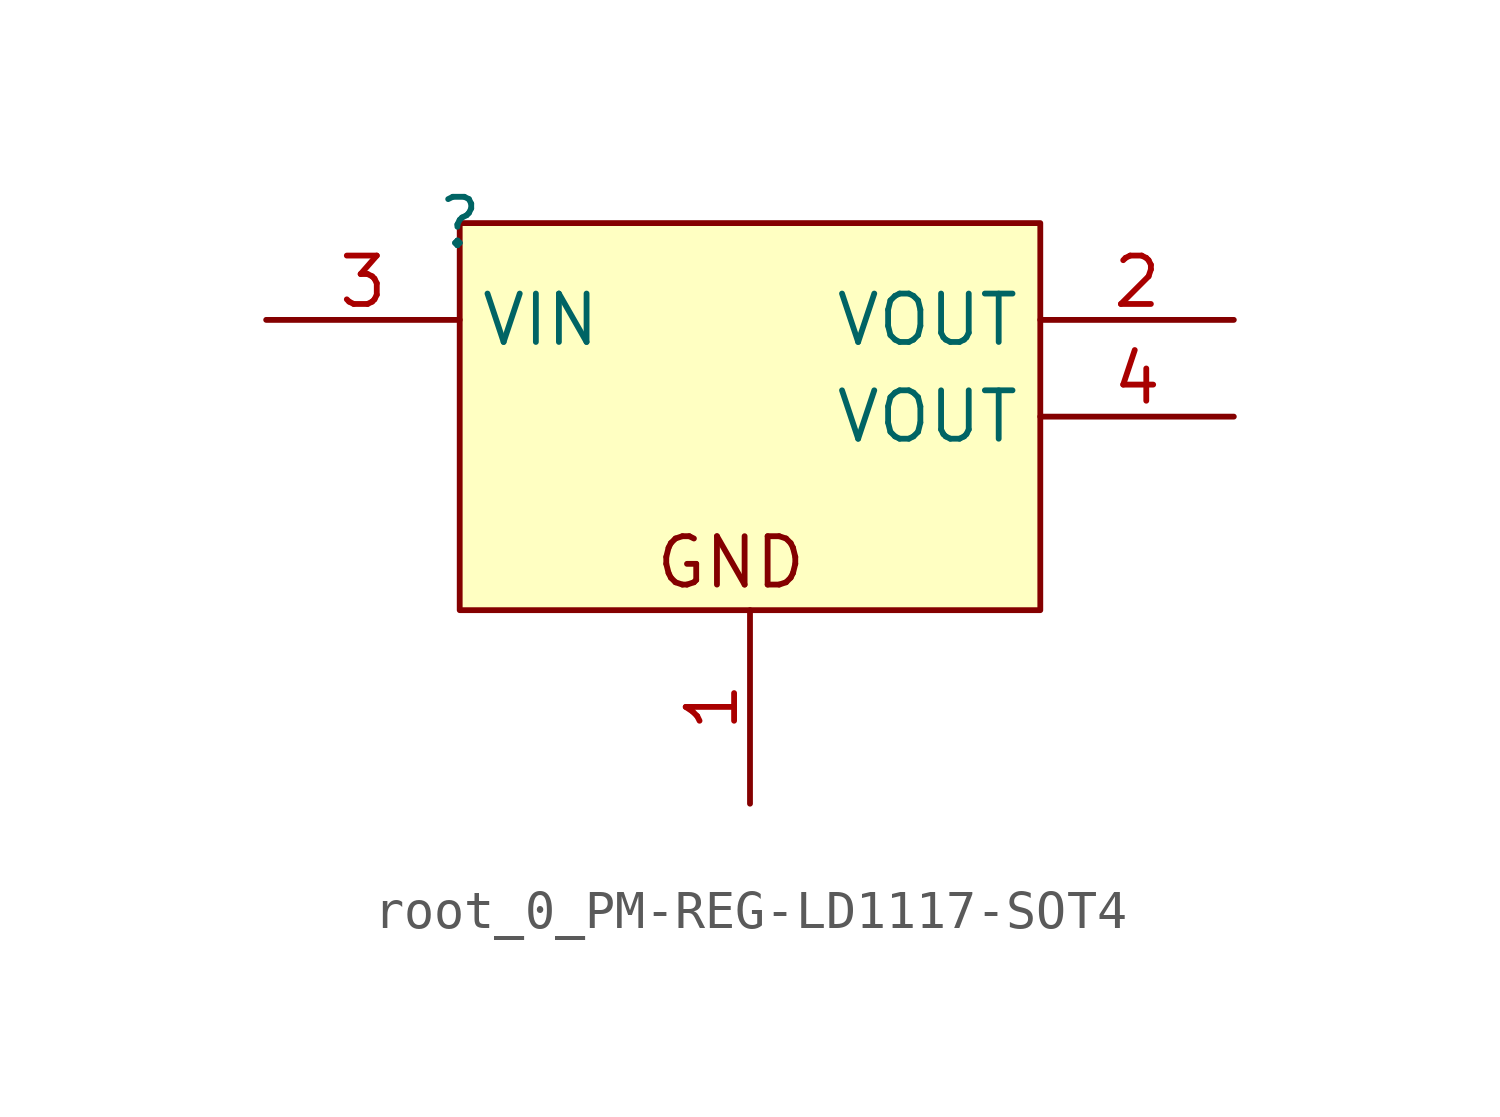
<source format=kicad_sym>
(kicad_symbol_lib
  (version 20220914)
  (generator kicad_symbol_editor)
  (symbol "root_0_PM-REG-LD1117-SOT4"
    (property "Reference" ""
      (at 0 0 0)
      (effects (font (size 1.27 1.27))))
    (property "Value" ""
      (at 0 0 0)
      (effects (font (size 1.27 1.27))))
    (symbol "root_0_PM-REG-LD1117-SOT4_1_0"
      (rectangle (start 15.24 0) (end 0 -10.16) (stroke (width 0) (type solid)) (fill (type background)))
      (text "GND" (at 5.08 -9.652 0) (effects (font (size 1.27 1.27)) (justify left bottom)))
      (pin power_in line (at 7.62 -15.24 90) (length 5.08) (name "GND" (effects (font (size 0 0)))) (number "1" (effects (font (size 1.27 1.27)))))
      (pin power_in line (at 20.32 -2.54 180) (length 5.08) (name "VOUT" (effects (font (size 1.27 1.27)))) (number "2" (effects (font (size 1.27 1.27)))))
      (pin power_in line (at -5.08 -2.54 0) (length 5.08) (name "VIN" (effects (font (size 1.27 1.27)))) (number "3" (effects (font (size 1.27 1.27)))))
      (pin power_in line (at 20.32 -5.08 180) (length 5.08) (name "VOUT" (effects (font (size 1.27 1.27)))) (number "4" (effects (font (size 1.27 1.27))))))))
</source>
